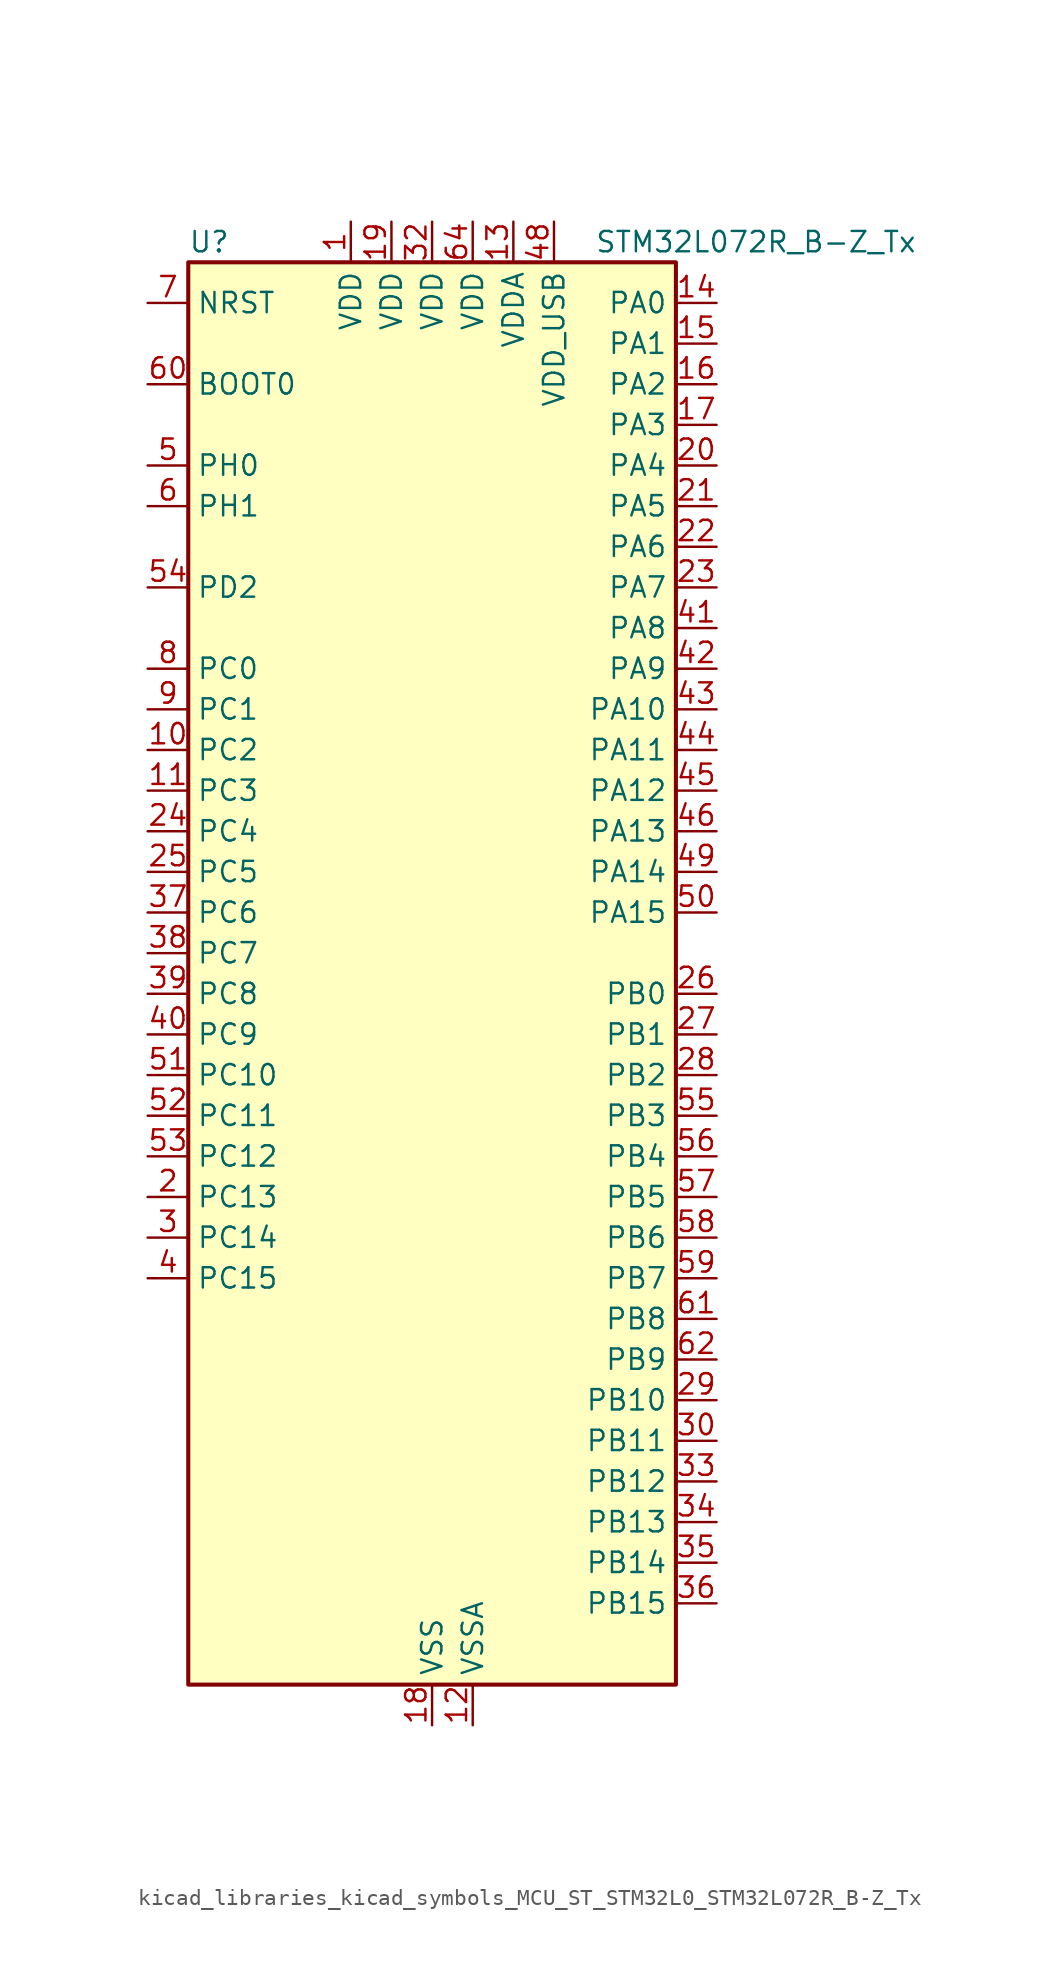
<source format=kicad_sym>
(kicad_symbol_lib
  (version 20220914)
  (generator kicad_symbol_editor)
  (symbol "kicad_libraries_kicad_symbols_MCU_ST_STM32L0_STM32L072R_B-Z_Tx"
    (property "Reference" "U"
      (at -15.24 46.99 0)
      (effects (font (size 1.27 1.27)) (justify left)))
    (property "Value" "STM32L072R_B-Z_Tx"
      (at 10.16 46.99 0)
      (effects (font (size 1.27 1.27)) (justify left)))
    (property "ki_locked" ""
      (at 0 0 0)
      (effects (font (size 1.27 1.27))))
    (symbol "kicad_libraries_kicad_symbols_MCU_ST_STM32L0_STM32L072R_B-Z_Tx_0_1"
      (rectangle (start -15.24 -43.18) (end 15.24 45.72) (stroke (width 0.254) (type default)) (fill (type background))))
    (symbol "kicad_libraries_kicad_symbols_MCU_ST_STM32L0_STM32L072R_B-Z_Tx_1_1"
      (pin power_in line (at -5.08 48.26 270) (length 2.54) (name "VDD" (effects (font (size 1.27 1.27)))) (number "1" (effects (font (size 1.27 1.27)))))
      (pin bidirectional line (at -17.78 15.24 0) (length 2.54) (name "PC2" (effects (font (size 1.27 1.27)))) (number "10" (effects (font (size 1.27 1.27)))) (alternate "ADC_IN12" bidirectional line) (alternate "I2S2_MCK" bidirectional line) (alternate "LPTIM1_IN2" bidirectional line) (alternate "SPI2_MISO" bidirectional line) (alternate "TSC_G7_IO3" bidirectional line))
      (pin bidirectional line (at -17.78 12.7 0) (length 2.54) (name "PC3" (effects (font (size 1.27 1.27)))) (number "11" (effects (font (size 1.27 1.27)))) (alternate "ADC_IN13" bidirectional line) (alternate "I2S2_SD" bidirectional line) (alternate "LPTIM1_ETR" bidirectional line) (alternate "SPI2_MOSI" bidirectional line) (alternate "TSC_G7_IO4" bidirectional line))
      (pin power_in line (at 2.54 -45.72 90) (length 2.54) (name "VSSA" (effects (font (size 1.27 1.27)))) (number "12" (effects (font (size 1.27 1.27)))))
      (pin power_in line (at 5.08 48.26 270) (length 2.54) (name "VDDA" (effects (font (size 1.27 1.27)))) (number "13" (effects (font (size 1.27 1.27)))))
      (pin bidirectional line (at 17.78 43.18 180) (length 2.54) (name "PA0" (effects (font (size 1.27 1.27)))) (number "14" (effects (font (size 1.27 1.27)))) (alternate "ADC_IN0" bidirectional line) (alternate "COMP1_INM" bidirectional line) (alternate "COMP1_OUT" bidirectional line) (alternate "RTC_TAMP2" bidirectional line) (alternate "SYS_WKUP1" bidirectional line) (alternate "TIM2_CH1" bidirectional line) (alternate "TIM2_ETR" bidirectional line) (alternate "TSC_G1_IO1" bidirectional line) (alternate "USART2_CTS" bidirectional line) (alternate "USART4_TX" bidirectional line))
      (pin bidirectional line (at 17.78 40.64 180) (length 2.54) (name "PA1" (effects (font (size 1.27 1.27)))) (number "15" (effects (font (size 1.27 1.27)))) (alternate "ADC_IN1" bidirectional line) (alternate "COMP1_INP" bidirectional line) (alternate "TIM21_ETR" bidirectional line) (alternate "TIM2_CH2" bidirectional line) (alternate "TSC_G1_IO2" bidirectional line) (alternate "USART2_DE" bidirectional line) (alternate "USART2_RTS" bidirectional line) (alternate "USART4_RX" bidirectional line))
      (pin bidirectional line (at 17.78 38.1 180) (length 2.54) (name "PA2" (effects (font (size 1.27 1.27)))) (number "16" (effects (font (size 1.27 1.27)))) (alternate "ADC_IN2" bidirectional line) (alternate "COMP2_INM" bidirectional line) (alternate "COMP2_OUT" bidirectional line) (alternate "LPUART1_TX" bidirectional line) (alternate "TIM21_CH1" bidirectional line) (alternate "TIM2_CH3" bidirectional line) (alternate "TSC_G1_IO3" bidirectional line) (alternate "USART2_TX" bidirectional line))
      (pin bidirectional line (at 17.78 35.56 180) (length 2.54) (name "PA3" (effects (font (size 1.27 1.27)))) (number "17" (effects (font (size 1.27 1.27)))) (alternate "ADC_IN3" bidirectional line) (alternate "COMP2_INP" bidirectional line) (alternate "LPUART1_RX" bidirectional line) (alternate "TIM21_CH2" bidirectional line) (alternate "TIM2_CH4" bidirectional line) (alternate "TSC_G1_IO4" bidirectional line) (alternate "USART2_RX" bidirectional line))
      (pin power_in line (at 0 -45.72 90) (length 2.54) (name "VSS" (effects (font (size 1.27 1.27)))) (number "18" (effects (font (size 1.27 1.27)))))
      (pin power_in line (at -2.54 48.26 270) (length 2.54) (name "VDD" (effects (font (size 1.27 1.27)))) (number "19" (effects (font (size 1.27 1.27)))))
      (pin bidirectional line (at -17.78 -12.7 0) (length 2.54) (name "PC13" (effects (font (size 1.27 1.27)))) (number "2" (effects (font (size 1.27 1.27)))) (alternate "RTC_OUT_ALARM" bidirectional line) (alternate "RTC_OUT_CALIB" bidirectional line) (alternate "RTC_TAMP1" bidirectional line) (alternate "RTC_TS" bidirectional line) (alternate "SYS_WKUP2" bidirectional line))
      (pin bidirectional line (at 17.78 33.02 180) (length 2.54) (name "PA4" (effects (font (size 1.27 1.27)))) (number "20" (effects (font (size 1.27 1.27)))) (alternate "ADC_IN4" bidirectional line) (alternate "COMP1_INM" bidirectional line) (alternate "COMP2_INM" bidirectional line) (alternate "DAC_OUT1" bidirectional line) (alternate "SPI1_NSS" bidirectional line) (alternate "TIM22_ETR" bidirectional line) (alternate "TSC_G2_IO1" bidirectional line) (alternate "USART2_CK" bidirectional line))
      (pin bidirectional line (at 17.78 30.48 180) (length 2.54) (name "PA5" (effects (font (size 1.27 1.27)))) (number "21" (effects (font (size 1.27 1.27)))) (alternate "ADC_IN5" bidirectional line) (alternate "COMP1_INM" bidirectional line) (alternate "COMP2_INM" bidirectional line) (alternate "DAC_OUT2" bidirectional line) (alternate "SPI1_SCK" bidirectional line) (alternate "TIM2_CH1" bidirectional line) (alternate "TIM2_ETR" bidirectional line) (alternate "TSC_G2_IO2" bidirectional line))
      (pin bidirectional line (at 17.78 27.94 180) (length 2.54) (name "PA6" (effects (font (size 1.27 1.27)))) (number "22" (effects (font (size 1.27 1.27)))) (alternate "ADC_IN6" bidirectional line) (alternate "COMP1_OUT" bidirectional line) (alternate "LPUART1_CTS" bidirectional line) (alternate "SPI1_MISO" bidirectional line) (alternate "TIM22_CH1" bidirectional line) (alternate "TIM3_CH1" bidirectional line) (alternate "TSC_G2_IO3" bidirectional line))
      (pin bidirectional line (at 17.78 25.4 180) (length 2.54) (name "PA7" (effects (font (size 1.27 1.27)))) (number "23" (effects (font (size 1.27 1.27)))) (alternate "ADC_IN7" bidirectional line) (alternate "COMP2_OUT" bidirectional line) (alternate "SPI1_MOSI" bidirectional line) (alternate "TIM22_CH2" bidirectional line) (alternate "TIM3_CH2" bidirectional line) (alternate "TSC_G2_IO4" bidirectional line))
      (pin bidirectional line (at -17.78 10.16 0) (length 2.54) (name "PC4" (effects (font (size 1.27 1.27)))) (number "24" (effects (font (size 1.27 1.27)))) (alternate "ADC_IN14" bidirectional line) (alternate "LPUART1_TX" bidirectional line))
      (pin bidirectional line (at -17.78 7.62 0) (length 2.54) (name "PC5" (effects (font (size 1.27 1.27)))) (number "25" (effects (font (size 1.27 1.27)))) (alternate "ADC_IN15" bidirectional line) (alternate "LPUART1_RX" bidirectional line) (alternate "TSC_G3_IO1" bidirectional line))
      (pin bidirectional line (at 17.78 0 180) (length 2.54) (name "PB0" (effects (font (size 1.27 1.27)))) (number "26" (effects (font (size 1.27 1.27)))) (alternate "ADC_IN8" bidirectional line) (alternate "SYS_VREF_OUT_PB0" bidirectional line) (alternate "TIM3_CH3" bidirectional line) (alternate "TSC_G3_IO2" bidirectional line))
      (pin bidirectional line (at 17.78 -2.54 180) (length 2.54) (name "PB1" (effects (font (size 1.27 1.27)))) (number "27" (effects (font (size 1.27 1.27)))) (alternate "ADC_IN9" bidirectional line) (alternate "LPUART1_DE" bidirectional line) (alternate "LPUART1_RTS" bidirectional line) (alternate "SYS_VREF_OUT_PB1" bidirectional line) (alternate "TIM3_CH4" bidirectional line) (alternate "TSC_G3_IO3" bidirectional line))
      (pin bidirectional line (at 17.78 -5.08 180) (length 2.54) (name "PB2" (effects (font (size 1.27 1.27)))) (number "28" (effects (font (size 1.27 1.27)))) (alternate "I2C3_SMBA" bidirectional line) (alternate "LPTIM1_OUT" bidirectional line) (alternate "TSC_G3_IO4" bidirectional line))
      (pin bidirectional line (at 17.78 -25.4 180) (length 2.54) (name "PB10" (effects (font (size 1.27 1.27)))) (number "29" (effects (font (size 1.27 1.27)))) (alternate "I2C2_SCL" bidirectional line) (alternate "LPUART1_RX" bidirectional line) (alternate "LPUART1_TX" bidirectional line) (alternate "SPI2_SCK" bidirectional line) (alternate "TIM2_CH3" bidirectional line) (alternate "TSC_SYNC" bidirectional line))
      (pin bidirectional line (at -17.78 -15.24 0) (length 2.54) (name "PC14" (effects (font (size 1.27 1.27)))) (number "3" (effects (font (size 1.27 1.27)))) (alternate "RCC_OSC32_IN" bidirectional line))
      (pin bidirectional line (at 17.78 -27.94 180) (length 2.54) (name "PB11" (effects (font (size 1.27 1.27)))) (number "30" (effects (font (size 1.27 1.27)))) (alternate "ADC_EXTI11" bidirectional line) (alternate "I2C2_SDA" bidirectional line) (alternate "LPUART1_RX" bidirectional line) (alternate "LPUART1_TX" bidirectional line) (alternate "TIM2_CH4" bidirectional line) (alternate "TSC_G6_IO1" bidirectional line))
      (pin passive line (at 0 -45.72 90) (length 2.54) hide (name "VSS" (effects (font (size 1.27 1.27)))) (number "31" (effects (font (size 1.27 1.27)))))
      (pin power_in line (at 0 48.26 270) (length 2.54) (name "VDD" (effects (font (size 1.27 1.27)))) (number "32" (effects (font (size 1.27 1.27)))))
      (pin bidirectional line (at 17.78 -30.48 180) (length 2.54) (name "PB12" (effects (font (size 1.27 1.27)))) (number "33" (effects (font (size 1.27 1.27)))) (alternate "I2S2_WS" bidirectional line) (alternate "LPUART1_DE" bidirectional line) (alternate "LPUART1_RTS" bidirectional line) (alternate "SPI2_NSS" bidirectional line) (alternate "TSC_G6_IO2" bidirectional line))
      (pin bidirectional line (at 17.78 -33.02 180) (length 2.54) (name "PB13" (effects (font (size 1.27 1.27)))) (number "34" (effects (font (size 1.27 1.27)))) (alternate "I2C2_SCL" bidirectional line) (alternate "I2S2_CK" bidirectional line) (alternate "LPUART1_CTS" bidirectional line) (alternate "RCC_MCO" bidirectional line) (alternate "SPI2_SCK" bidirectional line) (alternate "TIM21_CH1" bidirectional line) (alternate "TSC_G6_IO3" bidirectional line))
      (pin bidirectional line (at 17.78 -35.56 180) (length 2.54) (name "PB14" (effects (font (size 1.27 1.27)))) (number "35" (effects (font (size 1.27 1.27)))) (alternate "I2C2_SDA" bidirectional line) (alternate "I2S2_MCK" bidirectional line) (alternate "LPUART1_DE" bidirectional line) (alternate "LPUART1_RTS" bidirectional line) (alternate "RTC_OUT_ALARM" bidirectional line) (alternate "RTC_OUT_CALIB" bidirectional line) (alternate "SPI2_MISO" bidirectional line) (alternate "TIM21_CH2" bidirectional line) (alternate "TSC_G6_IO4" bidirectional line))
      (pin bidirectional line (at 17.78 -38.1 180) (length 2.54) (name "PB15" (effects (font (size 1.27 1.27)))) (number "36" (effects (font (size 1.27 1.27)))) (alternate "I2S2_SD" bidirectional line) (alternate "RTC_REFIN" bidirectional line) (alternate "SPI2_MOSI" bidirectional line))
      (pin bidirectional line (at -17.78 5.08 0) (length 2.54) (name "PC6" (effects (font (size 1.27 1.27)))) (number "37" (effects (font (size 1.27 1.27)))) (alternate "TIM22_CH1" bidirectional line) (alternate "TIM3_CH1" bidirectional line) (alternate "TSC_G8_IO1" bidirectional line))
      (pin bidirectional line (at -17.78 2.54 0) (length 2.54) (name "PC7" (effects (font (size 1.27 1.27)))) (number "38" (effects (font (size 1.27 1.27)))) (alternate "TIM22_CH2" bidirectional line) (alternate "TIM3_CH2" bidirectional line) (alternate "TSC_G8_IO2" bidirectional line))
      (pin bidirectional line (at -17.78 0 0) (length 2.54) (name "PC8" (effects (font (size 1.27 1.27)))) (number "39" (effects (font (size 1.27 1.27)))) (alternate "TIM22_ETR" bidirectional line) (alternate "TIM3_CH3" bidirectional line) (alternate "TSC_G8_IO3" bidirectional line))
      (pin bidirectional line (at -17.78 -17.78 0) (length 2.54) (name "PC15" (effects (font (size 1.27 1.27)))) (number "4" (effects (font (size 1.27 1.27)))) (alternate "RCC_OSC32_OUT" bidirectional line))
      (pin bidirectional line (at -17.78 -2.54 0) (length 2.54) (name "PC9" (effects (font (size 1.27 1.27)))) (number "40" (effects (font (size 1.27 1.27)))) (alternate "DAC_EXTI9" bidirectional line) (alternate "I2C3_SDA" bidirectional line) (alternate "TIM21_ETR" bidirectional line) (alternate "TIM3_CH4" bidirectional line) (alternate "TSC_G8_IO4" bidirectional line) (alternate "USB_NOE" bidirectional line))
      (pin bidirectional line (at 17.78 22.86 180) (length 2.54) (name "PA8" (effects (font (size 1.27 1.27)))) (number "41" (effects (font (size 1.27 1.27)))) (alternate "CRS_SYNC" bidirectional line) (alternate "I2C3_SCL" bidirectional line) (alternate "RCC_MCO" bidirectional line) (alternate "USART1_CK" bidirectional line))
      (pin bidirectional line (at 17.78 20.32 180) (length 2.54) (name "PA9" (effects (font (size 1.27 1.27)))) (number "42" (effects (font (size 1.27 1.27)))) (alternate "DAC_EXTI9" bidirectional line) (alternate "I2C1_SCL" bidirectional line) (alternate "I2C3_SMBA" bidirectional line) (alternate "RCC_MCO" bidirectional line) (alternate "TSC_G4_IO1" bidirectional line) (alternate "USART1_TX" bidirectional line))
      (pin bidirectional line (at 17.78 17.78 180) (length 2.54) (name "PA10" (effects (font (size 1.27 1.27)))) (number "43" (effects (font (size 1.27 1.27)))) (alternate "I2C1_SDA" bidirectional line) (alternate "TSC_G4_IO2" bidirectional line) (alternate "USART1_RX" bidirectional line))
      (pin bidirectional line (at 17.78 15.24 180) (length 2.54) (name "PA11" (effects (font (size 1.27 1.27)))) (number "44" (effects (font (size 1.27 1.27)))) (alternate "ADC_EXTI11" bidirectional line) (alternate "COMP1_OUT" bidirectional line) (alternate "SPI1_MISO" bidirectional line) (alternate "TSC_G4_IO3" bidirectional line) (alternate "USART1_CTS" bidirectional line) (alternate "USB_DM" bidirectional line))
      (pin bidirectional line (at 17.78 12.7 180) (length 2.54) (name "PA12" (effects (font (size 1.27 1.27)))) (number "45" (effects (font (size 1.27 1.27)))) (alternate "COMP2_OUT" bidirectional line) (alternate "SPI1_MOSI" bidirectional line) (alternate "TSC_G4_IO4" bidirectional line) (alternate "USART1_DE" bidirectional line) (alternate "USART1_RTS" bidirectional line) (alternate "USB_DP" bidirectional line))
      (pin bidirectional line (at 17.78 10.16 180) (length 2.54) (name "PA13" (effects (font (size 1.27 1.27)))) (number "46" (effects (font (size 1.27 1.27)))) (alternate "LPUART1_RX" bidirectional line) (alternate "SYS_SWDIO" bidirectional line) (alternate "USB_NOE" bidirectional line))
      (pin passive line (at 0 -45.72 90) (length 2.54) hide (name "VSS" (effects (font (size 1.27 1.27)))) (number "47" (effects (font (size 1.27 1.27)))))
      (pin power_in line (at 7.62 48.26 270) (length 2.54) (name "VDD_USB" (effects (font (size 1.27 1.27)))) (number "48" (effects (font (size 1.27 1.27)))))
      (pin bidirectional line (at 17.78 7.62 180) (length 2.54) (name "PA14" (effects (font (size 1.27 1.27)))) (number "49" (effects (font (size 1.27 1.27)))) (alternate "LPUART1_TX" bidirectional line) (alternate "SYS_SWCLK" bidirectional line) (alternate "USART2_TX" bidirectional line))
      (pin bidirectional line (at -17.78 33.02 0) (length 2.54) (name "PH0" (effects (font (size 1.27 1.27)))) (number "5" (effects (font (size 1.27 1.27)))) (alternate "CRS_SYNC" bidirectional line) (alternate "RCC_OSC_IN" bidirectional line))
      (pin bidirectional line (at 17.78 5.08 180) (length 2.54) (name "PA15" (effects (font (size 1.27 1.27)))) (number "50" (effects (font (size 1.27 1.27)))) (alternate "SPI1_NSS" bidirectional line) (alternate "TIM2_CH1" bidirectional line) (alternate "TIM2_ETR" bidirectional line) (alternate "USART2_RX" bidirectional line) (alternate "USART4_DE" bidirectional line) (alternate "USART4_RTS" bidirectional line))
      (pin bidirectional line (at -17.78 -5.08 0) (length 2.54) (name "PC10" (effects (font (size 1.27 1.27)))) (number "51" (effects (font (size 1.27 1.27)))) (alternate "LPUART1_TX" bidirectional line) (alternate "USART4_TX" bidirectional line))
      (pin bidirectional line (at -17.78 -7.62 0) (length 2.54) (name "PC11" (effects (font (size 1.27 1.27)))) (number "52" (effects (font (size 1.27 1.27)))) (alternate "ADC_EXTI11" bidirectional line) (alternate "LPUART1_RX" bidirectional line) (alternate "USART4_RX" bidirectional line))
      (pin bidirectional line (at -17.78 -10.16 0) (length 2.54) (name "PC12" (effects (font (size 1.27 1.27)))) (number "53" (effects (font (size 1.27 1.27)))) (alternate "USART4_CK" bidirectional line) (alternate "USART5_TX" bidirectional line))
      (pin bidirectional line (at -17.78 25.4 0) (length 2.54) (name "PD2" (effects (font (size 1.27 1.27)))) (number "54" (effects (font (size 1.27 1.27)))) (alternate "LPUART1_DE" bidirectional line) (alternate "LPUART1_RTS" bidirectional line) (alternate "TIM3_ETR" bidirectional line) (alternate "USART5_RX" bidirectional line))
      (pin bidirectional line (at 17.78 -7.62 180) (length 2.54) (name "PB3" (effects (font (size 1.27 1.27)))) (number "55" (effects (font (size 1.27 1.27)))) (alternate "COMP2_INM" bidirectional line) (alternate "SPI1_SCK" bidirectional line) (alternate "TIM2_CH2" bidirectional line) (alternate "TSC_G5_IO1" bidirectional line) (alternate "USART1_DE" bidirectional line) (alternate "USART1_RTS" bidirectional line) (alternate "USART5_TX" bidirectional line))
      (pin bidirectional line (at 17.78 -10.16 180) (length 2.54) (name "PB4" (effects (font (size 1.27 1.27)))) (number "56" (effects (font (size 1.27 1.27)))) (alternate "COMP2_INP" bidirectional line) (alternate "I2C3_SDA" bidirectional line) (alternate "SPI1_MISO" bidirectional line) (alternate "TIM22_CH1" bidirectional line) (alternate "TIM3_CH1" bidirectional line) (alternate "TSC_G5_IO2" bidirectional line) (alternate "USART1_CTS" bidirectional line) (alternate "USART5_RX" bidirectional line))
      (pin bidirectional line (at 17.78 -12.7 180) (length 2.54) (name "PB5" (effects (font (size 1.27 1.27)))) (number "57" (effects (font (size 1.27 1.27)))) (alternate "COMP2_INP" bidirectional line) (alternate "I2C1_SMBA" bidirectional line) (alternate "LPTIM1_IN1" bidirectional line) (alternate "SPI1_MOSI" bidirectional line) (alternate "TIM22_CH2" bidirectional line) (alternate "TIM3_CH2" bidirectional line) (alternate "USART1_CK" bidirectional line) (alternate "USART5_CK" bidirectional line) (alternate "USART5_DE" bidirectional line) (alternate "USART5_RTS" bidirectional line))
      (pin bidirectional line (at 17.78 -15.24 180) (length 2.54) (name "PB6" (effects (font (size 1.27 1.27)))) (number "58" (effects (font (size 1.27 1.27)))) (alternate "COMP2_INP" bidirectional line) (alternate "I2C1_SCL" bidirectional line) (alternate "LPTIM1_ETR" bidirectional line) (alternate "TSC_G5_IO3" bidirectional line) (alternate "USART1_TX" bidirectional line))
      (pin bidirectional line (at 17.78 -17.78 180) (length 2.54) (name "PB7" (effects (font (size 1.27 1.27)))) (number "59" (effects (font (size 1.27 1.27)))) (alternate "COMP2_INP" bidirectional line) (alternate "I2C1_SDA" bidirectional line) (alternate "LPTIM1_IN2" bidirectional line) (alternate "SYS_PVD_IN" bidirectional line) (alternate "TSC_G5_IO4" bidirectional line) (alternate "USART1_RX" bidirectional line) (alternate "USART4_CTS" bidirectional line))
      (pin bidirectional line (at -17.78 30.48 0) (length 2.54) (name "PH1" (effects (font (size 1.27 1.27)))) (number "6" (effects (font (size 1.27 1.27)))) (alternate "RCC_OSC_OUT" bidirectional line))
      (pin input line (at -17.78 38.1 0) (length 2.54) (name "BOOT0" (effects (font (size 1.27 1.27)))) (number "60" (effects (font (size 1.27 1.27)))))
      (pin bidirectional line (at 17.78 -20.32 180) (length 2.54) (name "PB8" (effects (font (size 1.27 1.27)))) (number "61" (effects (font (size 1.27 1.27)))) (alternate "I2C1_SCL" bidirectional line) (alternate "TSC_SYNC" bidirectional line))
      (pin bidirectional line (at 17.78 -22.86 180) (length 2.54) (name "PB9" (effects (font (size 1.27 1.27)))) (number "62" (effects (font (size 1.27 1.27)))) (alternate "DAC_EXTI9" bidirectional line) (alternate "I2C1_SDA" bidirectional line) (alternate "I2S2_WS" bidirectional line) (alternate "SPI2_NSS" bidirectional line))
      (pin passive line (at 0 -45.72 90) (length 2.54) hide (name "VSS" (effects (font (size 1.27 1.27)))) (number "63" (effects (font (size 1.27 1.27)))))
      (pin power_in line (at 2.54 48.26 270) (length 2.54) (name "VDD" (effects (font (size 1.27 1.27)))) (number "64" (effects (font (size 1.27 1.27)))))
      (pin input line (at -17.78 43.18 0) (length 2.54) (name "NRST" (effects (font (size 1.27 1.27)))) (number "7" (effects (font (size 1.27 1.27)))))
      (pin bidirectional line (at -17.78 20.32 0) (length 2.54) (name "PC0" (effects (font (size 1.27 1.27)))) (number "8" (effects (font (size 1.27 1.27)))) (alternate "ADC_IN10" bidirectional line) (alternate "I2C3_SCL" bidirectional line) (alternate "LPTIM1_IN1" bidirectional line) (alternate "LPUART1_RX" bidirectional line) (alternate "TSC_G7_IO1" bidirectional line))
      (pin bidirectional line (at -17.78 17.78 0) (length 2.54) (name "PC1" (effects (font (size 1.27 1.27)))) (number "9" (effects (font (size 1.27 1.27)))) (alternate "ADC_IN11" bidirectional line) (alternate "I2C3_SDA" bidirectional line) (alternate "LPTIM1_OUT" bidirectional line) (alternate "LPUART1_TX" bidirectional line) (alternate "TSC_G7_IO2" bidirectional line)))))
</source>
